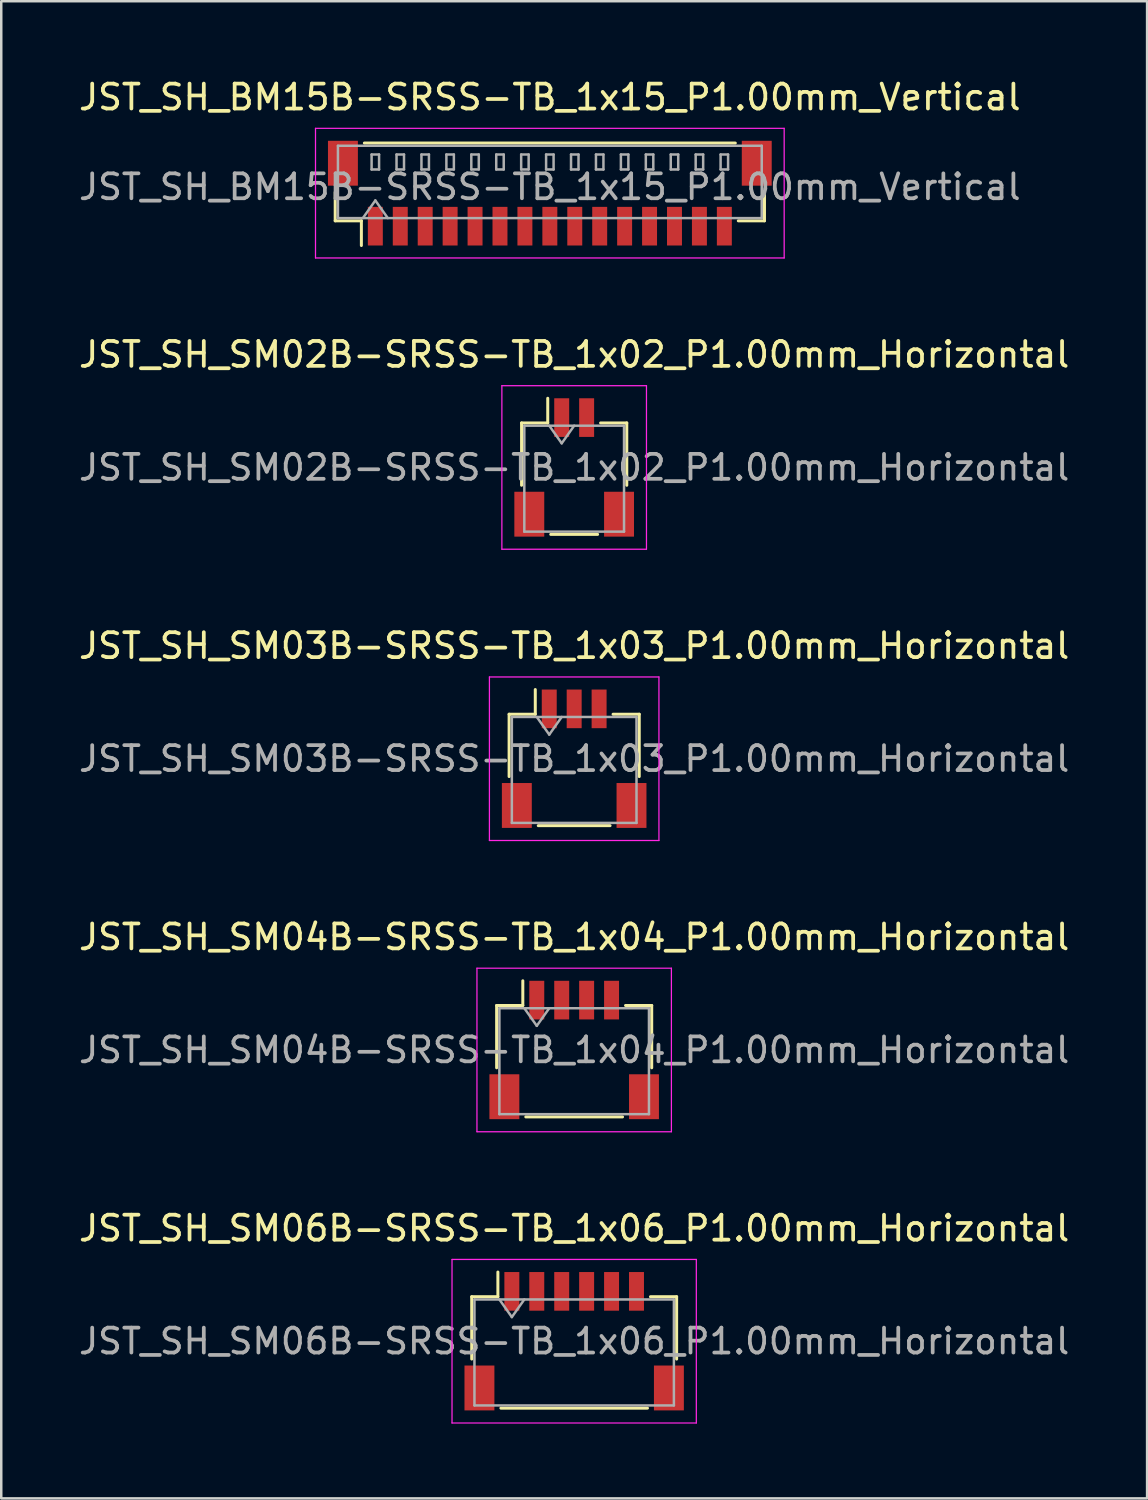
<source format=kicad_pcb>
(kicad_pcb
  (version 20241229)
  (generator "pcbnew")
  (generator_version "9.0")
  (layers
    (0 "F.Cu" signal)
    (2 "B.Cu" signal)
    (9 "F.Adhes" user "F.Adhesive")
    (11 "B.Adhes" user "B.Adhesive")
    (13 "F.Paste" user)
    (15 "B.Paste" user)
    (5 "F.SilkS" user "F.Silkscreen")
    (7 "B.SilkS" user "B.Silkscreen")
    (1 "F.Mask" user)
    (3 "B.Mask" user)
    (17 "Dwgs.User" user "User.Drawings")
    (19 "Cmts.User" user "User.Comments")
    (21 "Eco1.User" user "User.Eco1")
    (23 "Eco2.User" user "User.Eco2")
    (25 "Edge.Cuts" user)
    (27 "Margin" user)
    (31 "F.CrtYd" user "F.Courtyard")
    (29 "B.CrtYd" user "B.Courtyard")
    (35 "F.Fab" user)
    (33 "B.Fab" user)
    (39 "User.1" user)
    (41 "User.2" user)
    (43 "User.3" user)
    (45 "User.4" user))
  (footprint "JST_SH_SM02B-SRSS-TB_1x02_P1.00mm_Horizontal"
    (layer "F.Cu")
    (at 19.982 15.701)
    (property "Reference" "JST_SH_SM02B-SRSS-TB_1x02_P1.00mm_Horizontal" (at 0 -4.53 0) (layer "F.SilkS") (effects (font (size 1 1) (thickness 0.15))))
    (attr smd)
    (fp_line (start -2.11 -1.785) (end -1.06 -1.785) (stroke (width 0.12) (type solid)) (layer "F.SilkS"))
    (fp_line (start -2.11 0.715) (end -2.11 -1.785) (stroke (width 0.12) (type solid)) (layer "F.SilkS"))
    (fp_line (start -1.06 -1.785) (end -1.06 -2.775) (stroke (width 0.12) (type solid)) (layer "F.SilkS"))
    (fp_line (start -0.94 2.685) (end 0.94 2.685) (stroke (width 0.12) (type solid)) (layer "F.SilkS"))
    (fp_line (start 2.11 -1.785) (end 1.06 -1.785) (stroke (width 0.12) (type solid)) (layer "F.SilkS"))
    (fp_line (start 2.11 0.715) (end 2.11 -1.785) (stroke (width 0.12) (type solid)) (layer "F.SilkS"))
    (fp_line (start -2.9 -3.28) (end -2.9 3.28) (stroke (width 0.05) (type solid)) (layer "F.CrtYd"))
    (fp_line (start -2.9 3.28) (end 2.9 3.28) (stroke (width 0.05) (type solid)) (layer "F.CrtYd"))
    (fp_line (start 2.9 -3.28) (end -2.9 -3.28) (stroke (width 0.05) (type solid)) (layer "F.CrtYd"))
    (fp_line (start 2.9 3.28) (end 2.9 -3.28) (stroke (width 0.05) (type solid)) (layer "F.CrtYd"))
    (fp_line (start -2 -1.675) (end -2 2.575) (stroke (width 0.1) (type solid)) (layer "F.Fab"))
    (fp_line (start -2 -1.675) (end 2 -1.675) (stroke (width 0.1) (type solid)) (layer "F.Fab"))
    (fp_line (start -2 2.575) (end 2 2.575) (stroke (width 0.1) (type solid)) (layer "F.Fab"))
    (fp_line (start -1 -1.675) (end -0.5 -0.968) (stroke (width 0.1) (type solid)) (layer "F.Fab"))
    (fp_line (start -0.5 -0.968) (end 0 -1.675) (stroke (width 0.1) (type solid)) (layer "F.Fab"))
    (fp_line (start 2 -1.675) (end 2 2.575) (stroke (width 0.1) (type solid)) (layer "F.Fab"))
    (fp_text user "${REFERENCE}" (at 0 0 0) (layer "F.Fab") (effects (font (size 1 1) (thickness 0.15))))
    (pad "" smd rect (at -1.8 1.875) (size 1.2 1.8) (layers "F.Cu" "F.Mask" "F.Paste"))
    (pad "" smd rect (at 1.8 1.875) (size 1.2 1.8) (layers "F.Cu" "F.Mask" "F.Paste"))
    (pad "1" smd rect (at -0.5 -2) (size 0.6 1.55) (layers "F.Cu" "F.Mask" "F.Paste"))
    (pad "2" smd rect (at 0.5 -2) (size 0.6 1.55) (layers "F.Cu" "F.Mask" "F.Paste")))
  (footprint "JST_SH_BM15B-SRSS-TB_1x15_P1.00mm_Vertical"
    (layer "F.Cu")
    (at 19.006 4.698)
    (property "Reference" "JST_SH_BM15B-SRSS-TB_1x15_P1.00mm_Vertical" (at 0 -3.85 0) (layer "F.SilkS") (effects (font (size 1 1) (thickness 0.15))))
    (attr smd)
    (fp_line (start -8.61 -0.04) (end -8.61 1.11) (stroke (width 0.12) (type solid)) (layer "F.SilkS"))
    (fp_line (start -8.61 1.11) (end -7.56 1.11) (stroke (width 0.12) (type solid)) (layer "F.SilkS"))
    (fp_line (start -7.56 1.11) (end -7.56 2.1) (stroke (width 0.12) (type solid)) (layer "F.SilkS"))
    (fp_line (start -7.44 -2.01) (end 7.44 -2.01) (stroke (width 0.12) (type solid)) (layer "F.SilkS"))
    (fp_line (start 8.61 -0.04) (end 8.61 1.11) (stroke (width 0.12) (type solid)) (layer "F.SilkS"))
    (fp_line (start 8.61 1.11) (end 7.56 1.11) (stroke (width 0.12) (type solid)) (layer "F.SilkS"))
    (fp_line (start -9.4 -2.6) (end -9.4 2.6) (stroke (width 0.05) (type solid)) (layer "F.CrtYd"))
    (fp_line (start -9.4 2.6) (end 9.4 2.6) (stroke (width 0.05) (type solid)) (layer "F.CrtYd"))
    (fp_line (start 9.4 -2.6) (end -9.4 -2.6) (stroke (width 0.05) (type solid)) (layer "F.CrtYd"))
    (fp_line (start 9.4 2.6) (end 9.4 -2.6) (stroke (width 0.05) (type solid)) (layer "F.CrtYd"))
    (fp_line (start -8.5 -1.9) (end 8.5 -1.9) (stroke (width 0.1) (type solid)) (layer "F.Fab"))
    (fp_line (start -8.5 1) (end -8.5 -1.9) (stroke (width 0.1) (type solid)) (layer "F.Fab"))
    (fp_line (start -8.5 1) (end 8.5 1) (stroke (width 0.1) (type solid)) (layer "F.Fab"))
    (fp_line (start -7.5 1) (end -7 0.293) (stroke (width 0.1) (type solid)) (layer "F.Fab"))
    (fp_line (start -7.15 -1.55) (end -7.15 -0.95) (stroke (width 0.1) (type solid)) (layer "F.Fab"))
    (fp_line (start -7.15 -0.95) (end -6.85 -0.95) (stroke (width 0.1) (type solid)) (layer "F.Fab"))
    (fp_line (start -7 0.293) (end -6.5 1) (stroke (width 0.1) (type solid)) (layer "F.Fab"))
    (fp_line (start -6.85 -1.55) (end -7.15 -1.55) (stroke (width 0.1) (type solid)) (layer "F.Fab"))
    (fp_line (start -6.85 -0.95) (end -6.85 -1.55) (stroke (width 0.1) (type solid)) (layer "F.Fab"))
    (fp_line (start -6.15 -1.55) (end -6.15 -0.95) (stroke (width 0.1) (type solid)) (layer "F.Fab"))
    (fp_line (start -6.15 -0.95) (end -5.85 -0.95) (stroke (width 0.1) (type solid)) (layer "F.Fab"))
    (fp_line (start -5.85 -1.55) (end -6.15 -1.55) (stroke (width 0.1) (type solid)) (layer "F.Fab"))
    (fp_line (start -5.85 -0.95) (end -5.85 -1.55) (stroke (width 0.1) (type solid)) (layer "F.Fab"))
    (fp_line (start -5.15 -1.55) (end -5.15 -0.95) (stroke (width 0.1) (type solid)) (layer "F.Fab"))
    (fp_line (start -5.15 -0.95) (end -4.85 -0.95) (stroke (width 0.1) (type solid)) (layer "F.Fab"))
    (fp_line (start -4.85 -1.55) (end -5.15 -1.55) (stroke (width 0.1) (type solid)) (layer "F.Fab"))
    (fp_line (start -4.85 -0.95) (end -4.85 -1.55) (stroke (width 0.1) (type solid)) (layer "F.Fab"))
    (fp_line (start -4.15 -1.55) (end -4.15 -0.95) (stroke (width 0.1) (type solid)) (layer "F.Fab"))
    (fp_line (start -4.15 -0.95) (end -3.85 -0.95) (stroke (width 0.1) (type solid)) (layer "F.Fab"))
    (fp_line (start -3.85 -1.55) (end -4.15 -1.55) (stroke (width 0.1) (type solid)) (layer "F.Fab"))
    (fp_line (start -3.85 -0.95) (end -3.85 -1.55) (stroke (width 0.1) (type solid)) (layer "F.Fab"))
    (fp_line (start -3.15 -1.55) (end -3.15 -0.95) (stroke (width 0.1) (type solid)) (layer "F.Fab"))
    (fp_line (start -3.15 -0.95) (end -2.85 -0.95) (stroke (width 0.1) (type solid)) (layer "F.Fab"))
    (fp_line (start -2.85 -1.55) (end -3.15 -1.55) (stroke (width 0.1) (type solid)) (layer "F.Fab"))
    (fp_line (start -2.85 -0.95) (end -2.85 -1.55) (stroke (width 0.1) (type solid)) (layer "F.Fab"))
    (fp_line (start -2.15 -1.55) (end -2.15 -0.95) (stroke (width 0.1) (type solid)) (layer "F.Fab"))
    (fp_line (start -2.15 -0.95) (end -1.85 -0.95) (stroke (width 0.1) (type solid)) (layer "F.Fab"))
    (fp_line (start -1.85 -1.55) (end -2.15 -1.55) (stroke (width 0.1) (type solid)) (layer "F.Fab"))
    (fp_line (start -1.85 -0.95) (end -1.85 -1.55) (stroke (width 0.1) (type solid)) (layer "F.Fab"))
    (fp_line (start -1.15 -1.55) (end -1.15 -0.95) (stroke (width 0.1) (type solid)) (layer "F.Fab"))
    (fp_line (start -1.15 -0.95) (end -0.85 -0.95) (stroke (width 0.1) (type solid)) (layer "F.Fab"))
    (fp_line (start -0.85 -1.55) (end -1.15 -1.55) (stroke (width 0.1) (type solid)) (layer "F.Fab"))
    (fp_line (start -0.85 -0.95) (end -0.85 -1.55) (stroke (width 0.1) (type solid)) (layer "F.Fab"))
    (fp_line (start -0.15 -1.55) (end -0.15 -0.95) (stroke (width 0.1) (type solid)) (layer "F.Fab"))
    (fp_line (start -0.15 -0.95) (end 0.15 -0.95) (stroke (width 0.1) (type solid)) (layer "F.Fab"))
    (fp_line (start 0.15 -1.55) (end -0.15 -1.55) (stroke (width 0.1) (type solid)) (layer "F.Fab"))
    (fp_line (start 0.15 -0.95) (end 0.15 -1.55) (stroke (width 0.1) (type solid)) (layer "F.Fab"))
    (fp_line (start 0.85 -1.55) (end 0.85 -0.95) (stroke (width 0.1) (type solid)) (layer "F.Fab"))
    (fp_line (start 0.85 -0.95) (end 1.15 -0.95) (stroke (width 0.1) (type solid)) (layer "F.Fab"))
    (fp_line (start 1.15 -1.55) (end 0.85 -1.55) (stroke (width 0.1) (type solid)) (layer "F.Fab"))
    (fp_line (start 1.15 -0.95) (end 1.15 -1.55) (stroke (width 0.1) (type solid)) (layer "F.Fab"))
    (fp_line (start 1.85 -1.55) (end 1.85 -0.95) (stroke (width 0.1) (type solid)) (layer "F.Fab"))
    (fp_line (start 1.85 -0.95) (end 2.15 -0.95) (stroke (width 0.1) (type solid)) (layer "F.Fab"))
    (fp_line (start 2.15 -1.55) (end 1.85 -1.55) (stroke (width 0.1) (type solid)) (layer "F.Fab"))
    (fp_line (start 2.15 -0.95) (end 2.15 -1.55) (stroke (width 0.1) (type solid)) (layer "F.Fab"))
    (fp_line (start 2.85 -1.55) (end 2.85 -0.95) (stroke (width 0.1) (type solid)) (layer "F.Fab"))
    (fp_line (start 2.85 -0.95) (end 3.15 -0.95) (stroke (width 0.1) (type solid)) (layer "F.Fab"))
    (fp_line (start 3.15 -1.55) (end 2.85 -1.55) (stroke (width 0.1) (type solid)) (layer "F.Fab"))
    (fp_line (start 3.15 -0.95) (end 3.15 -1.55) (stroke (width 0.1) (type solid)) (layer "F.Fab"))
    (fp_line (start 3.85 -1.55) (end 3.85 -0.95) (stroke (width 0.1) (type solid)) (layer "F.Fab"))
    (fp_line (start 3.85 -0.95) (end 4.15 -0.95) (stroke (width 0.1) (type solid)) (layer "F.Fab"))
    (fp_line (start 4.15 -1.55) (end 3.85 -1.55) (stroke (width 0.1) (type solid)) (layer "F.Fab"))
    (fp_line (start 4.15 -0.95) (end 4.15 -1.55) (stroke (width 0.1) (type solid)) (layer "F.Fab"))
    (fp_line (start 4.85 -1.55) (end 4.85 -0.95) (stroke (width 0.1) (type solid)) (layer "F.Fab"))
    (fp_line (start 4.85 -0.95) (end 5.15 -0.95) (stroke (width 0.1) (type solid)) (layer "F.Fab"))
    (fp_line (start 5.15 -1.55) (end 4.85 -1.55) (stroke (width 0.1) (type solid)) (layer "F.Fab"))
    (fp_line (start 5.15 -0.95) (end 5.15 -1.55) (stroke (width 0.1) (type solid)) (layer "F.Fab"))
    (fp_line (start 5.85 -1.55) (end 5.85 -0.95) (stroke (width 0.1) (type solid)) (layer "F.Fab"))
    (fp_line (start 5.85 -0.95) (end 6.15 -0.95) (stroke (width 0.1) (type solid)) (layer "F.Fab"))
    (fp_line (start 6.15 -1.55) (end 5.85 -1.55) (stroke (width 0.1) (type solid)) (layer "F.Fab"))
    (fp_line (start 6.15 -0.95) (end 6.15 -1.55) (stroke (width 0.1) (type solid)) (layer "F.Fab"))
    (fp_line (start 6.85 -1.55) (end 6.85 -0.95) (stroke (width 0.1) (type solid)) (layer "F.Fab"))
    (fp_line (start 6.85 -0.95) (end 7.15 -0.95) (stroke (width 0.1) (type solid)) (layer "F.Fab"))
    (fp_line (start 7.15 -1.55) (end 6.85 -1.55) (stroke (width 0.1) (type solid)) (layer "F.Fab"))
    (fp_line (start 7.15 -0.95) (end 7.15 -1.55) (stroke (width 0.1) (type solid)) (layer "F.Fab"))
    (fp_line (start 8.5 1) (end 8.5 -1.9) (stroke (width 0.1) (type solid)) (layer "F.Fab"))
    (fp_text user "${REFERENCE}" (at 0 -0.25 0) (layer "F.Fab") (effects (font (size 1 1) (thickness 0.15))))
    (pad "" smd rect (at -8.3 -1.2) (size 1.2 1.8) (layers "F.Cu" "F.Mask" "F.Paste"))
    (pad "" smd rect (at 8.3 -1.2) (size 1.2 1.8) (layers "F.Cu" "F.Mask" "F.Paste"))
    (pad "1" smd rect (at -7 1.325) (size 0.6 1.55) (layers "F.Cu" "F.Mask" "F.Paste"))
    (pad "2" smd rect (at -6 1.325) (size 0.6 1.55) (layers "F.Cu" "F.Mask" "F.Paste"))
    (pad "3" smd rect (at -5 1.325) (size 0.6 1.55) (layers "F.Cu" "F.Mask" "F.Paste"))
    (pad "4" smd rect (at -4 1.325) (size 0.6 1.55) (layers "F.Cu" "F.Mask" "F.Paste"))
    (pad "5" smd rect (at -3 1.325) (size 0.6 1.55) (layers "F.Cu" "F.Mask" "F.Paste"))
    (pad "6" smd rect (at -2 1.325) (size 0.6 1.55) (layers "F.Cu" "F.Mask" "F.Paste"))
    (pad "7" smd rect (at -1 1.325) (size 0.6 1.55) (layers "F.Cu" "F.Mask" "F.Paste"))
    (pad "8" smd rect (at 0 1.325) (size 0.6 1.55) (layers "F.Cu" "F.Mask" "F.Paste"))
    (pad "9" smd rect (at 1 1.325) (size 0.6 1.55) (layers "F.Cu" "F.Mask" "F.Paste"))
    (pad "10" smd rect (at 2 1.325) (size 0.6 1.55) (layers "F.Cu" "F.Mask" "F.Paste"))
    (pad "11" smd rect (at 3 1.325) (size 0.6 1.55) (layers "F.Cu" "F.Mask" "F.Paste"))
    (pad "12" smd rect (at 4 1.325) (size 0.6 1.55) (layers "F.Cu" "F.Mask" "F.Paste"))
    (pad "13" smd rect (at 5 1.325) (size 0.6 1.55) (layers "F.Cu" "F.Mask" "F.Paste"))
    (pad "14" smd rect (at 6 1.325) (size 0.6 1.55) (layers "F.Cu" "F.Mask" "F.Paste"))
    (pad "15" smd rect (at 7 1.325) (size 0.6 1.55) (layers "F.Cu" "F.Mask" "F.Paste")))
  (footprint "JST_SH_SM03B-SRSS-TB_1x03_P1.00mm_Horizontal"
    (layer "F.Cu")
    (at 19.982 27.385)
    (property "Reference" "JST_SH_SM03B-SRSS-TB_1x03_P1.00mm_Horizontal" (at 0 -4.53 0) (layer "F.SilkS") (effects (font (size 1 1) (thickness 0.15))))
    (attr smd)
    (fp_line (start -2.61 -1.785) (end -1.56 -1.785) (stroke (width 0.12) (type solid)) (layer "F.SilkS"))
    (fp_line (start -2.61 0.715) (end -2.61 -1.785) (stroke (width 0.12) (type solid)) (layer "F.SilkS"))
    (fp_line (start -1.56 -1.785) (end -1.56 -2.775) (stroke (width 0.12) (type solid)) (layer "F.SilkS"))
    (fp_line (start -1.44 2.685) (end 1.44 2.685) (stroke (width 0.12) (type solid)) (layer "F.SilkS"))
    (fp_line (start 2.61 -1.785) (end 1.56 -1.785) (stroke (width 0.12) (type solid)) (layer "F.SilkS"))
    (fp_line (start 2.61 0.715) (end 2.61 -1.785) (stroke (width 0.12) (type solid)) (layer "F.SilkS"))
    (fp_line (start -3.4 -3.28) (end -3.4 3.28) (stroke (width 0.05) (type solid)) (layer "F.CrtYd"))
    (fp_line (start -3.4 3.28) (end 3.4 3.28) (stroke (width 0.05) (type solid)) (layer "F.CrtYd"))
    (fp_line (start 3.4 -3.28) (end -3.4 -3.28) (stroke (width 0.05) (type solid)) (layer "F.CrtYd"))
    (fp_line (start 3.4 3.28) (end 3.4 -3.28) (stroke (width 0.05) (type solid)) (layer "F.CrtYd"))
    (fp_line (start -2.5 -1.675) (end -2.5 2.575) (stroke (width 0.1) (type solid)) (layer "F.Fab"))
    (fp_line (start -2.5 -1.675) (end 2.5 -1.675) (stroke (width 0.1) (type solid)) (layer "F.Fab"))
    (fp_line (start -2.5 2.575) (end 2.5 2.575) (stroke (width 0.1) (type solid)) (layer "F.Fab"))
    (fp_line (start -1.5 -1.675) (end -1 -0.968) (stroke (width 0.1) (type solid)) (layer "F.Fab"))
    (fp_line (start -1 -0.968) (end -0.5 -1.675) (stroke (width 0.1) (type solid)) (layer "F.Fab"))
    (fp_line (start 2.5 -1.675) (end 2.5 2.575) (stroke (width 0.1) (type solid)) (layer "F.Fab"))
    (fp_text user "${REFERENCE}" (at 0 0 0) (layer "F.Fab") (effects (font (size 1 1) (thickness 0.15))))
    (pad "" smd rect (at -2.3 1.875) (size 1.2 1.8) (layers "F.Cu" "F.Mask" "F.Paste"))
    (pad "" smd rect (at 2.3 1.875) (size 1.2 1.8) (layers "F.Cu" "F.Mask" "F.Paste"))
    (pad "1" smd rect (at -1 -2) (size 0.6 1.55) (layers "F.Cu" "F.Mask" "F.Paste"))
    (pad "2" smd rect (at 0 -2) (size 0.6 1.55) (layers "F.Cu" "F.Mask" "F.Paste"))
    (pad "3" smd rect (at 1 -2) (size 0.6 1.55) (layers "F.Cu" "F.Mask" "F.Paste")))
  (footprint "JST_SH_SM06B-SRSS-TB_1x06_P1.00mm_Horizontal"
    (layer "F.Cu")
    (at 19.982 50.751)
    (property "Reference" "JST_SH_SM06B-SRSS-TB_1x06_P1.00mm_Horizontal" (at 0 -4.53 0) (layer "F.SilkS") (effects (font (size 1 1) (thickness 0.15))))
    (attr smd)
    (fp_line (start -4.11 -1.785) (end -3.06 -1.785) (stroke (width 0.12) (type solid)) (layer "F.SilkS"))
    (fp_line (start -4.11 0.715) (end -4.11 -1.785) (stroke (width 0.12) (type solid)) (layer "F.SilkS"))
    (fp_line (start -3.06 -1.785) (end -3.06 -2.775) (stroke (width 0.12) (type solid)) (layer "F.SilkS"))
    (fp_line (start -2.94 2.685) (end 2.94 2.685) (stroke (width 0.12) (type solid)) (layer "F.SilkS"))
    (fp_line (start 4.11 -1.785) (end 3.06 -1.785) (stroke (width 0.12) (type solid)) (layer "F.SilkS"))
    (fp_line (start 4.11 0.715) (end 4.11 -1.785) (stroke (width 0.12) (type solid)) (layer "F.SilkS"))
    (fp_line (start -4.9 -3.28) (end -4.9 3.28) (stroke (width 0.05) (type solid)) (layer "F.CrtYd"))
    (fp_line (start -4.9 3.28) (end 4.9 3.28) (stroke (width 0.05) (type solid)) (layer "F.CrtYd"))
    (fp_line (start 4.9 -3.28) (end -4.9 -3.28) (stroke (width 0.05) (type solid)) (layer "F.CrtYd"))
    (fp_line (start 4.9 3.28) (end 4.9 -3.28) (stroke (width 0.05) (type solid)) (layer "F.CrtYd"))
    (fp_line (start -4 -1.675) (end -4 2.575) (stroke (width 0.1) (type solid)) (layer "F.Fab"))
    (fp_line (start -4 -1.675) (end 4 -1.675) (stroke (width 0.1) (type solid)) (layer "F.Fab"))
    (fp_line (start -4 2.575) (end 4 2.575) (stroke (width 0.1) (type solid)) (layer "F.Fab"))
    (fp_line (start -3 -1.675) (end -2.5 -0.968) (stroke (width 0.1) (type solid)) (layer "F.Fab"))
    (fp_line (start -2.5 -0.968) (end -2 -1.675) (stroke (width 0.1) (type solid)) (layer "F.Fab"))
    (fp_line (start 4 -1.675) (end 4 2.575) (stroke (width 0.1) (type solid)) (layer "F.Fab"))
    (fp_text user "${REFERENCE}" (at 0 0 0) (layer "F.Fab") (effects (font (size 1 1) (thickness 0.15))))
    (pad "" smd rect (at -3.8 1.875) (size 1.2 1.8) (layers "F.Cu" "F.Mask" "F.Paste"))
    (pad "" smd rect (at 3.8 1.875) (size 1.2 1.8) (layers "F.Cu" "F.Mask" "F.Paste"))
    (pad "1" smd rect (at -2.5 -2) (size 0.6 1.55) (layers "F.Cu" "F.Mask" "F.Paste"))
    (pad "2" smd rect (at -1.5 -2) (size 0.6 1.55) (layers "F.Cu" "F.Mask" "F.Paste"))
    (pad "3" smd rect (at -0.5 -2) (size 0.6 1.55) (layers "F.Cu" "F.Mask" "F.Paste"))
    (pad "4" smd rect (at 0.5 -2) (size 0.6 1.55) (layers "F.Cu" "F.Mask" "F.Paste"))
    (pad "5" smd rect (at 1.5 -2) (size 0.6 1.55) (layers "F.Cu" "F.Mask" "F.Paste"))
    (pad "6" smd rect (at 2.5 -2) (size 0.6 1.55) (layers "F.Cu" "F.Mask" "F.Paste")))
  (footprint "JST_SH_SM04B-SRSS-TB_1x04_P1.00mm_Horizontal"
    (layer "F.Cu")
    (at 19.982 39.068)
    (property "Reference" "JST_SH_SM04B-SRSS-TB_1x04_P1.00mm_Horizontal" (at 0 -4.53 0) (layer "F.SilkS") (effects (font (size 1 1) (thickness 0.15))))
    (attr smd)
    (fp_line (start -3.11 -1.785) (end -2.06 -1.785) (stroke (width 0.12) (type solid)) (layer "F.SilkS"))
    (fp_line (start -3.11 0.715) (end -3.11 -1.785) (stroke (width 0.12) (type solid)) (layer "F.SilkS"))
    (fp_line (start -2.06 -1.785) (end -2.06 -2.775) (stroke (width 0.12) (type solid)) (layer "F.SilkS"))
    (fp_line (start -1.94 2.685) (end 1.94 2.685) (stroke (width 0.12) (type solid)) (layer "F.SilkS"))
    (fp_line (start 3.11 -1.785) (end 2.06 -1.785) (stroke (width 0.12) (type solid)) (layer "F.SilkS"))
    (fp_line (start 3.11 0.715) (end 3.11 -1.785) (stroke (width 0.12) (type solid)) (layer "F.SilkS"))
    (fp_line (start -3.9 -3.28) (end -3.9 3.28) (stroke (width 0.05) (type solid)) (layer "F.CrtYd"))
    (fp_line (start -3.9 3.28) (end 3.9 3.28) (stroke (width 0.05) (type solid)) (layer "F.CrtYd"))
    (fp_line (start 3.9 -3.28) (end -3.9 -3.28) (stroke (width 0.05) (type solid)) (layer "F.CrtYd"))
    (fp_line (start 3.9 3.28) (end 3.9 -3.28) (stroke (width 0.05) (type solid)) (layer "F.CrtYd"))
    (fp_line (start -3 -1.675) (end -3 2.575) (stroke (width 0.1) (type solid)) (layer "F.Fab"))
    (fp_line (start -3 -1.675) (end 3 -1.675) (stroke (width 0.1) (type solid)) (layer "F.Fab"))
    (fp_line (start -3 2.575) (end 3 2.575) (stroke (width 0.1) (type solid)) (layer "F.Fab"))
    (fp_line (start -2 -1.675) (end -1.5 -0.968) (stroke (width 0.1) (type solid)) (layer "F.Fab"))
    (fp_line (start -1.5 -0.968) (end -1 -1.675) (stroke (width 0.1) (type solid)) (layer "F.Fab"))
    (fp_line (start 3 -1.675) (end 3 2.575) (stroke (width 0.1) (type solid)) (layer "F.Fab"))
    (fp_text user "${REFERENCE}" (at 0 0 0) (layer "F.Fab") (effects (font (size 1 1) (thickness 0.15))))
    (pad "" smd rect (at -2.8 1.875) (size 1.2 1.8) (layers "F.Cu" "F.Mask" "F.Paste"))
    (pad "" smd rect (at 2.8 1.875) (size 1.2 1.8) (layers "F.Cu" "F.Mask" "F.Paste"))
    (pad "1" smd rect (at -1.5 -2) (size 0.6 1.55) (layers "F.Cu" "F.Mask" "F.Paste"))
    (pad "2" smd rect (at -0.5 -2) (size 0.6 1.55) (layers "F.Cu" "F.Mask" "F.Paste"))
    (pad "3" smd rect (at 0.5 -2) (size 0.6 1.55) (layers "F.Cu" "F.Mask" "F.Paste"))
    (pad "4" smd rect (at 1.5 -2) (size 0.6 1.55) (layers "F.Cu" "F.Mask" "F.Paste")))
  (gr_rect
    (start -3 -3)
    (end 42.964 57.056)
    (stroke (width 0.1) (type default))
    (fill no)
    (layer "Edge.Cuts")))
</source>
